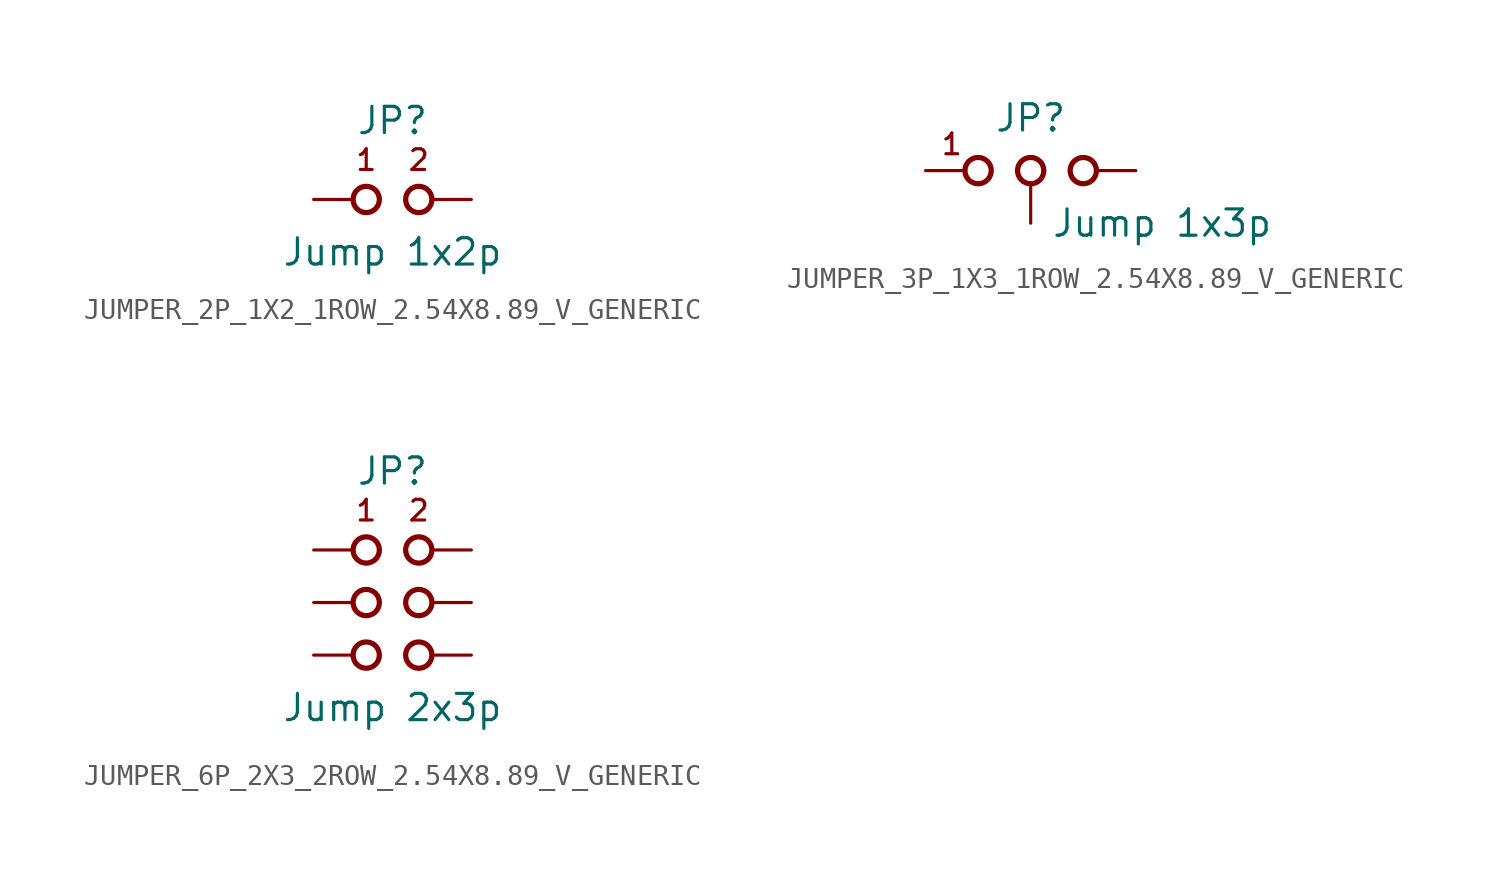
<source format=kicad_sym>
(kicad_symbol_lib
  (version 20220914)
  (generator kicad_symbol_editor)
  (symbol "JUMPER_2P_1X2_1ROW_2.54X8.89_V_GENERIC"
    (pin_numbers hide)
    (pin_names
      (offset 1.016) hide)
    (property "Reference" "JP"
      (at 0 3.81 0)
      (effects (font (size 1.27 1.27))))
    (property "Value" "Jump 1x2p"
      (at 0 -2.54 0)
      (effects (font (size 1.27 1.27))))
    (symbol "JUMPER_2P_1X2_1ROW_2.54X8.89_V_GENERIC_1_1"
      (circle (center -1.27 0) (radius 0.635) (stroke (width 0.254) (type default)) (fill (type none)))
      (circle (center 1.27 0) (radius 0.635) (stroke (width 0.254) (type default)) (fill (type none)))
      (text "1" (at -1.27 1.905 0) (effects (font (size 1 1))))
      (text "2" (at 1.27 1.905 0) (effects (font (size 1 1))))
      (pin passive line (at -3.81 0 0) (length 1.905) (name "1" (effects (font (size 1.27 1.27)))) (number "1" (effects (font (size 1.27 1.27)))))
      (pin passive line (at 3.81 0 180) (length 1.905) (name "2" (effects (font (size 1.27 1.27)))) (number "2" (effects (font (size 1.27 1.27)))))))
  (symbol "JUMPER_3P_1X3_1ROW_2.54X8.89_V_GENERIC"
    (pin_numbers hide)
    (pin_names
      (offset 1.016) hide)
    (property "Reference" "JP"
      (at 0 2.54 0)
      (effects (font (size 1.27 1.27))))
    (property "Value" "Jump 1x3p"
      (at 6.35 -2.54 0)
      (effects (font (size 1.27 1.27))))
    (symbol "JUMPER_3P_1X3_1ROW_2.54X8.89_V_GENERIC_1_1"
      (circle (center -2.54 0) (radius 0.635) (stroke (width 0.254) (type default)) (fill (type none)))
      (circle (center 0 0) (radius 0.635) (stroke (width 0.254) (type default)) (fill (type none)))
      (circle (center 2.54 0) (radius 0.635) (stroke (width 0.254) (type default)) (fill (type none)))
      (text "1" (at -3.81 1.27 0) (effects (font (size 1 1))))
      (pin passive line (at -5.08 0 0) (length 1.905) (name "1" (effects (font (size 1.27 1.27)))) (number "1" (effects (font (size 1.27 1.27)))))
      (pin passive line (at 0 -2.54 90) (length 1.905) (name "2" (effects (font (size 1.27 1.27)))) (number "2" (effects (font (size 1.27 1.27)))))
      (pin passive line (at 5.08 0 180) (length 1.905) (name "3" (effects (font (size 1.27 1.27)))) (number "3" (effects (font (size 1.27 1.27)))))))
  (symbol "JUMPER_6P_2X3_2ROW_2.54X8.89_V_GENERIC"
    (pin_numbers hide)
    (pin_names
      (offset 1.016) hide)
    (property "Reference" "JP"
      (at 0 6.35 0)
      (effects (font (size 1.27 1.27))))
    (property "Value" "Jump 2x3p"
      (at 0 -5.08 0)
      (effects (font (size 1.27 1.27))))
    (symbol "JUMPER_6P_2X3_2ROW_2.54X8.89_V_GENERIC_1_1"
      (circle (center -1.27 -2.54) (radius 0.635) (stroke (width 0.254) (type default)) (fill (type none)))
      (circle (center -1.27 0) (radius 0.635) (stroke (width 0.254) (type default)) (fill (type none)))
      (circle (center -1.27 2.54) (radius 0.635) (stroke (width 0.254) (type default)) (fill (type none)))
      (circle (center 1.27 -2.54) (radius 0.635) (stroke (width 0.254) (type default)) (fill (type none)))
      (circle (center 1.27 0) (radius 0.635) (stroke (width 0.254) (type default)) (fill (type none)))
      (circle (center 1.27 2.54) (radius 0.635) (stroke (width 0.254) (type default)) (fill (type none)))
      (text "1" (at -1.27 4.445 0) (effects (font (size 1 1))))
      (text "2" (at 1.27 4.445 0) (effects (font (size 1 1))))
      (pin passive line (at -3.81 2.54 0) (length 1.905) (name "1" (effects (font (size 1.27 1.27)))) (number "1" (effects (font (size 1.27 1.27)))))
      (pin passive line (at 3.81 2.54 180) (length 1.905) (name "2" (effects (font (size 1.27 1.27)))) (number "2" (effects (font (size 1.27 1.27)))))
      (pin passive line (at -3.81 0 0) (length 1.905) (name "3" (effects (font (size 1.27 1.27)))) (number "3" (effects (font (size 1.27 1.27)))))
      (pin passive line (at 3.81 0 180) (length 1.905) (name "4" (effects (font (size 1.27 1.27)))) (number "4" (effects (font (size 1.27 1.27)))))
      (pin passive line (at -3.81 -2.54 0) (length 1.905) (name "5" (effects (font (size 1.27 1.27)))) (number "5" (effects (font (size 1.27 1.27)))))
      (pin passive line (at 3.81 -2.54 180) (length 1.905) (name "6" (effects (font (size 1.27 1.27)))) (number "6" (effects (font (size 1.27 1.27))))))))
</source>
